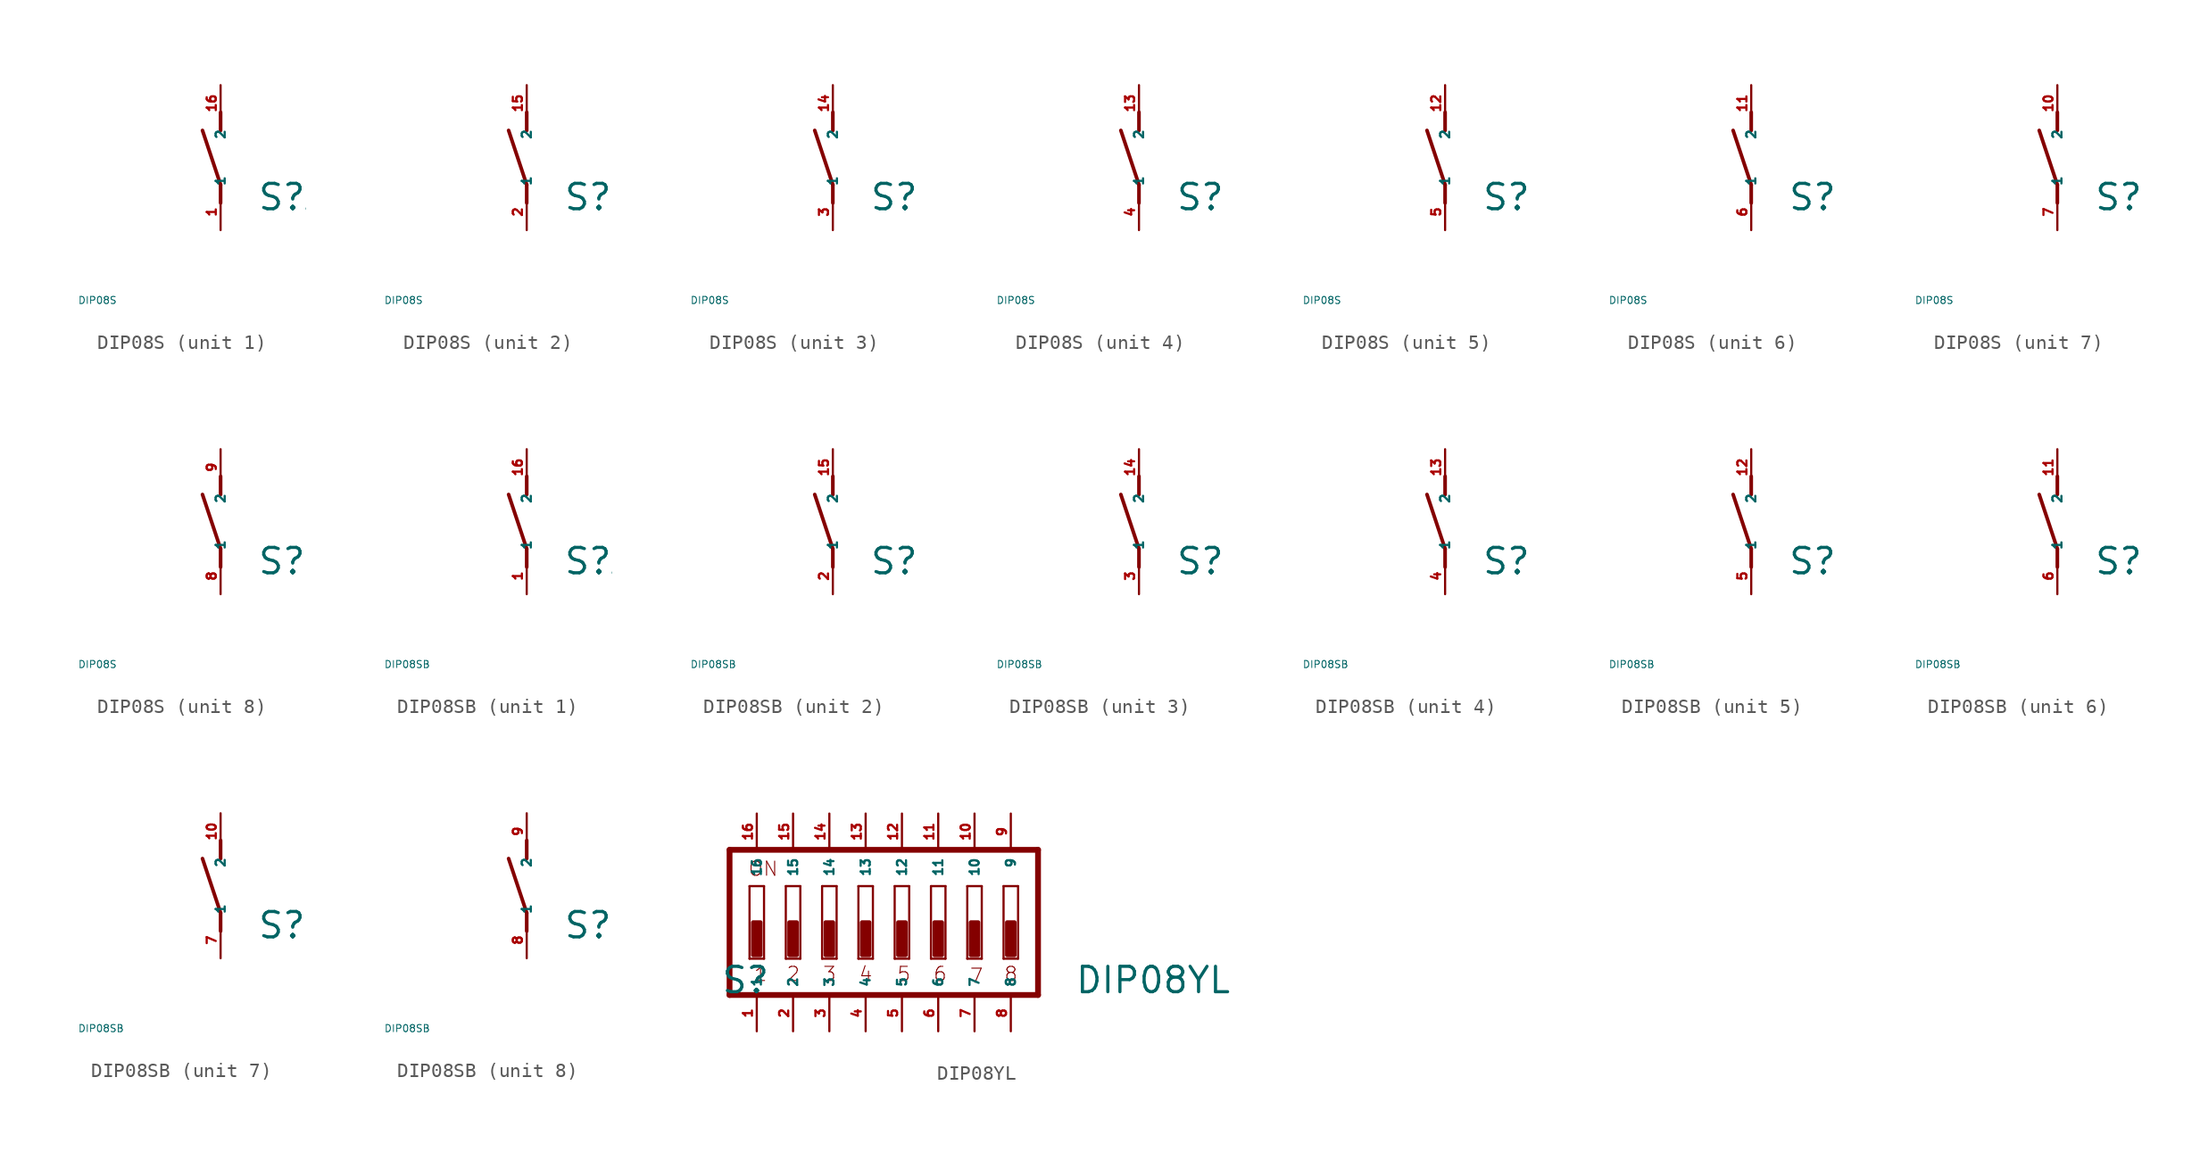
<source format=kicad_sym>
(kicad_symbol_lib
  (version 20220914)
  (generator Eagle2Kicad)
  (symbol "DIP08S"
    (property "Reference" "S"
      (at 2.54 -3.81 0)
      (effects (font (size 1.778 1.778) (thickness 0.22)) (justify left bottom)))
    (property "Value" "DIP08S"
      (at -10 -10 0)
      (effects (font (size 0.5 0.5) (thickness 0.06)) (justify left)))
    (symbol "DIP08S_1_0"
      (polyline (pts (xy 0 -3.175) (xy 0 -1.905)) (stroke (width 0.254) (type default)) (fill (type none)))
      (polyline (pts (xy 0 -1.905) (xy -1.27 1.905)) (stroke (width 0.254) (type default)) (fill (type none)))
      (polyline (pts (xy 0 1.905) (xy 0 3.175)) (stroke (width 0.254) (type default)) (fill (type none)))
      (pin passive line (at 0 -5.08 90) (length 2.54) (name "1" (effects (font (size 0.635 0.635) (thickness 0.08)) (justify left bottom))) (number "1" (effects (font (size 0.635 0.635) (thickness 0.08)) (justify left bottom))))
      (pin passive line (at 0 5.08 270) (length 2.54) (name "2" (effects (font (size 0.635 0.635) (thickness 0.08)) (justify left bottom))) (number "16" (effects (font (size 0.635 0.635) (thickness 0.08)) (justify left bottom)))))
    (symbol "DIP08S_2_0"
      (polyline (pts (xy 0 -3.175) (xy 0 -1.905)) (stroke (width 0.254) (type default)) (fill (type none)))
      (polyline (pts (xy 0 -1.905) (xy -1.27 1.905)) (stroke (width 0.254) (type default)) (fill (type none)))
      (polyline (pts (xy 0 1.905) (xy 0 3.175)) (stroke (width 0.254) (type default)) (fill (type none)))
      (pin passive line (at 0 -5.08 90) (length 2.54) (name "1" (effects (font (size 0.635 0.635) (thickness 0.08)) (justify left bottom))) (number "2" (effects (font (size 0.635 0.635) (thickness 0.08)) (justify left bottom))))
      (pin passive line (at 0 5.08 270) (length 2.54) (name "2" (effects (font (size 0.635 0.635) (thickness 0.08)) (justify left bottom))) (number "15" (effects (font (size 0.635 0.635) (thickness 0.08)) (justify left bottom)))))
    (symbol "DIP08S_3_0"
      (polyline (pts (xy 0 -3.175) (xy 0 -1.905)) (stroke (width 0.254) (type default)) (fill (type none)))
      (polyline (pts (xy 0 -1.905) (xy -1.27 1.905)) (stroke (width 0.254) (type default)) (fill (type none)))
      (polyline (pts (xy 0 1.905) (xy 0 3.175)) (stroke (width 0.254) (type default)) (fill (type none)))
      (pin passive line (at 0 -5.08 90) (length 2.54) (name "1" (effects (font (size 0.635 0.635) (thickness 0.08)) (justify left bottom))) (number "3" (effects (font (size 0.635 0.635) (thickness 0.08)) (justify left bottom))))
      (pin passive line (at 0 5.08 270) (length 2.54) (name "2" (effects (font (size 0.635 0.635) (thickness 0.08)) (justify left bottom))) (number "14" (effects (font (size 0.635 0.635) (thickness 0.08)) (justify left bottom)))))
    (symbol "DIP08S_4_0"
      (polyline (pts (xy 0 -3.175) (xy 0 -1.905)) (stroke (width 0.254) (type default)) (fill (type none)))
      (polyline (pts (xy 0 -1.905) (xy -1.27 1.905)) (stroke (width 0.254) (type default)) (fill (type none)))
      (polyline (pts (xy 0 1.905) (xy 0 3.175)) (stroke (width 0.254) (type default)) (fill (type none)))
      (pin passive line (at 0 -5.08 90) (length 2.54) (name "1" (effects (font (size 0.635 0.635) (thickness 0.08)) (justify left bottom))) (number "4" (effects (font (size 0.635 0.635) (thickness 0.08)) (justify left bottom))))
      (pin passive line (at 0 5.08 270) (length 2.54) (name "2" (effects (font (size 0.635 0.635) (thickness 0.08)) (justify left bottom))) (number "13" (effects (font (size 0.635 0.635) (thickness 0.08)) (justify left bottom)))))
    (symbol "DIP08S_5_0"
      (polyline (pts (xy 0 -3.175) (xy 0 -1.905)) (stroke (width 0.254) (type default)) (fill (type none)))
      (polyline (pts (xy 0 -1.905) (xy -1.27 1.905)) (stroke (width 0.254) (type default)) (fill (type none)))
      (polyline (pts (xy 0 1.905) (xy 0 3.175)) (stroke (width 0.254) (type default)) (fill (type none)))
      (pin passive line (at 0 -5.08 90) (length 2.54) (name "1" (effects (font (size 0.635 0.635) (thickness 0.08)) (justify left bottom))) (number "5" (effects (font (size 0.635 0.635) (thickness 0.08)) (justify left bottom))))
      (pin passive line (at 0 5.08 270) (length 2.54) (name "2" (effects (font (size 0.635 0.635) (thickness 0.08)) (justify left bottom))) (number "12" (effects (font (size 0.635 0.635) (thickness 0.08)) (justify left bottom)))))
    (symbol "DIP08S_6_0"
      (polyline (pts (xy 0 -3.175) (xy 0 -1.905)) (stroke (width 0.254) (type default)) (fill (type none)))
      (polyline (pts (xy 0 -1.905) (xy -1.27 1.905)) (stroke (width 0.254) (type default)) (fill (type none)))
      (polyline (pts (xy 0 1.905) (xy 0 3.175)) (stroke (width 0.254) (type default)) (fill (type none)))
      (pin passive line (at 0 -5.08 90) (length 2.54) (name "1" (effects (font (size 0.635 0.635) (thickness 0.08)) (justify left bottom))) (number "6" (effects (font (size 0.635 0.635) (thickness 0.08)) (justify left bottom))))
      (pin passive line (at 0 5.08 270) (length 2.54) (name "2" (effects (font (size 0.635 0.635) (thickness 0.08)) (justify left bottom))) (number "11" (effects (font (size 0.635 0.635) (thickness 0.08)) (justify left bottom)))))
    (symbol "DIP08S_7_0"
      (polyline (pts (xy 0 -3.175) (xy 0 -1.905)) (stroke (width 0.254) (type default)) (fill (type none)))
      (polyline (pts (xy 0 -1.905) (xy -1.27 1.905)) (stroke (width 0.254) (type default)) (fill (type none)))
      (polyline (pts (xy 0 1.905) (xy 0 3.175)) (stroke (width 0.254) (type default)) (fill (type none)))
      (pin passive line (at 0 -5.08 90) (length 2.54) (name "1" (effects (font (size 0.635 0.635) (thickness 0.08)) (justify left bottom))) (number "7" (effects (font (size 0.635 0.635) (thickness 0.08)) (justify left bottom))))
      (pin passive line (at 0 5.08 270) (length 2.54) (name "2" (effects (font (size 0.635 0.635) (thickness 0.08)) (justify left bottom))) (number "10" (effects (font (size 0.635 0.635) (thickness 0.08)) (justify left bottom)))))
    (symbol "DIP08S_8_0"
      (polyline (pts (xy 0 -3.175) (xy 0 -1.905)) (stroke (width 0.254) (type default)) (fill (type none)))
      (polyline (pts (xy 0 -1.905) (xy -1.27 1.905)) (stroke (width 0.254) (type default)) (fill (type none)))
      (polyline (pts (xy 0 1.905) (xy 0 3.175)) (stroke (width 0.254) (type default)) (fill (type none)))
      (pin passive line (at 0 -5.08 90) (length 2.54) (name "1" (effects (font (size 0.635 0.635) (thickness 0.08)) (justify left bottom))) (number "8" (effects (font (size 0.635 0.635) (thickness 0.08)) (justify left bottom))))
      (pin passive line (at 0 5.08 270) (length 2.54) (name "2" (effects (font (size 0.635 0.635) (thickness 0.08)) (justify left bottom))) (number "9" (effects (font (size 0.635 0.635) (thickness 0.08)) (justify left bottom))))))
  (symbol "DIP08SB"
    (property "Reference" "S"
      (at 2.54 -3.81 0)
      (effects (font (size 1.778 1.778) (thickness 0.22)) (justify left bottom)))
    (property "Value" "DIP08SB"
      (at -10 -10 0)
      (effects (font (size 0.5 0.5) (thickness 0.06)) (justify left)))
    (symbol "DIP08SB_1_0"
      (polyline (pts (xy 0 -3.175) (xy 0 -1.905)) (stroke (width 0.254) (type default)) (fill (type none)))
      (polyline (pts (xy 0 -1.905) (xy -1.27 1.905)) (stroke (width 0.254) (type default)) (fill (type none)))
      (polyline (pts (xy 0 1.905) (xy 0 3.175)) (stroke (width 0.254) (type default)) (fill (type none)))
      (pin passive line (at 0 -5.08 90) (length 2.54) (name "1" (effects (font (size 0.635 0.635) (thickness 0.08)) (justify left bottom))) (number "1" (effects (font (size 0.635 0.635) (thickness 0.08)) (justify left bottom))))
      (pin passive line (at 0 5.08 270) (length 2.54) (name "2" (effects (font (size 0.635 0.635) (thickness 0.08)) (justify left bottom))) (number "16" (effects (font (size 0.635 0.635) (thickness 0.08)) (justify left bottom)))))
    (symbol "DIP08SB_2_0"
      (polyline (pts (xy 0 -3.175) (xy 0 -1.905)) (stroke (width 0.254) (type default)) (fill (type none)))
      (polyline (pts (xy 0 -1.905) (xy -1.27 1.905)) (stroke (width 0.254) (type default)) (fill (type none)))
      (polyline (pts (xy 0 1.905) (xy 0 3.175)) (stroke (width 0.254) (type default)) (fill (type none)))
      (pin passive line (at 0 -5.08 90) (length 2.54) (name "1" (effects (font (size 0.635 0.635) (thickness 0.08)) (justify left bottom))) (number "2" (effects (font (size 0.635 0.635) (thickness 0.08)) (justify left bottom))))
      (pin passive line (at 0 5.08 270) (length 2.54) (name "2" (effects (font (size 0.635 0.635) (thickness 0.08)) (justify left bottom))) (number "15" (effects (font (size 0.635 0.635) (thickness 0.08)) (justify left bottom)))))
    (symbol "DIP08SB_3_0"
      (polyline (pts (xy 0 -3.175) (xy 0 -1.905)) (stroke (width 0.254) (type default)) (fill (type none)))
      (polyline (pts (xy 0 -1.905) (xy -1.27 1.905)) (stroke (width 0.254) (type default)) (fill (type none)))
      (polyline (pts (xy 0 1.905) (xy 0 3.175)) (stroke (width 0.254) (type default)) (fill (type none)))
      (pin passive line (at 0 -5.08 90) (length 2.54) (name "1" (effects (font (size 0.635 0.635) (thickness 0.08)) (justify left bottom))) (number "3" (effects (font (size 0.635 0.635) (thickness 0.08)) (justify left bottom))))
      (pin passive line (at 0 5.08 270) (length 2.54) (name "2" (effects (font (size 0.635 0.635) (thickness 0.08)) (justify left bottom))) (number "14" (effects (font (size 0.635 0.635) (thickness 0.08)) (justify left bottom)))))
    (symbol "DIP08SB_4_0"
      (polyline (pts (xy 0 -3.175) (xy 0 -1.905)) (stroke (width 0.254) (type default)) (fill (type none)))
      (polyline (pts (xy 0 -1.905) (xy -1.27 1.905)) (stroke (width 0.254) (type default)) (fill (type none)))
      (polyline (pts (xy 0 1.905) (xy 0 3.175)) (stroke (width 0.254) (type default)) (fill (type none)))
      (pin passive line (at 0 -5.08 90) (length 2.54) (name "1" (effects (font (size 0.635 0.635) (thickness 0.08)) (justify left bottom))) (number "4" (effects (font (size 0.635 0.635) (thickness 0.08)) (justify left bottom))))
      (pin passive line (at 0 5.08 270) (length 2.54) (name "2" (effects (font (size 0.635 0.635) (thickness 0.08)) (justify left bottom))) (number "13" (effects (font (size 0.635 0.635) (thickness 0.08)) (justify left bottom)))))
    (symbol "DIP08SB_5_0"
      (polyline (pts (xy 0 -3.175) (xy 0 -1.905)) (stroke (width 0.254) (type default)) (fill (type none)))
      (polyline (pts (xy 0 -1.905) (xy -1.27 1.905)) (stroke (width 0.254) (type default)) (fill (type none)))
      (polyline (pts (xy 0 1.905) (xy 0 3.175)) (stroke (width 0.254) (type default)) (fill (type none)))
      (pin passive line (at 0 -5.08 90) (length 2.54) (name "1" (effects (font (size 0.635 0.635) (thickness 0.08)) (justify left bottom))) (number "5" (effects (font (size 0.635 0.635) (thickness 0.08)) (justify left bottom))))
      (pin passive line (at 0 5.08 270) (length 2.54) (name "2" (effects (font (size 0.635 0.635) (thickness 0.08)) (justify left bottom))) (number "12" (effects (font (size 0.635 0.635) (thickness 0.08)) (justify left bottom)))))
    (symbol "DIP08SB_6_0"
      (polyline (pts (xy 0 -3.175) (xy 0 -1.905)) (stroke (width 0.254) (type default)) (fill (type none)))
      (polyline (pts (xy 0 -1.905) (xy -1.27 1.905)) (stroke (width 0.254) (type default)) (fill (type none)))
      (polyline (pts (xy 0 1.905) (xy 0 3.175)) (stroke (width 0.254) (type default)) (fill (type none)))
      (pin passive line (at 0 -5.08 90) (length 2.54) (name "1" (effects (font (size 0.635 0.635) (thickness 0.08)) (justify left bottom))) (number "6" (effects (font (size 0.635 0.635) (thickness 0.08)) (justify left bottom))))
      (pin passive line (at 0 5.08 270) (length 2.54) (name "2" (effects (font (size 0.635 0.635) (thickness 0.08)) (justify left bottom))) (number "11" (effects (font (size 0.635 0.635) (thickness 0.08)) (justify left bottom)))))
    (symbol "DIP08SB_7_0"
      (polyline (pts (xy 0 -3.175) (xy 0 -1.905)) (stroke (width 0.254) (type default)) (fill (type none)))
      (polyline (pts (xy 0 -1.905) (xy -1.27 1.905)) (stroke (width 0.254) (type default)) (fill (type none)))
      (polyline (pts (xy 0 1.905) (xy 0 3.175)) (stroke (width 0.254) (type default)) (fill (type none)))
      (pin passive line (at 0 -5.08 90) (length 2.54) (name "1" (effects (font (size 0.635 0.635) (thickness 0.08)) (justify left bottom))) (number "7" (effects (font (size 0.635 0.635) (thickness 0.08)) (justify left bottom))))
      (pin passive line (at 0 5.08 270) (length 2.54) (name "2" (effects (font (size 0.635 0.635) (thickness 0.08)) (justify left bottom))) (number "10" (effects (font (size 0.635 0.635) (thickness 0.08)) (justify left bottom)))))
    (symbol "DIP08SB_8_0"
      (polyline (pts (xy 0 -3.175) (xy 0 -1.905)) (stroke (width 0.254) (type default)) (fill (type none)))
      (polyline (pts (xy 0 -1.905) (xy -1.27 1.905)) (stroke (width 0.254) (type default)) (fill (type none)))
      (polyline (pts (xy 0 1.905) (xy 0 3.175)) (stroke (width 0.254) (type default)) (fill (type none)))
      (pin passive line (at 0 -5.08 90) (length 2.54) (name "1" (effects (font (size 0.635 0.635) (thickness 0.08)) (justify left bottom))) (number "8" (effects (font (size 0.635 0.635) (thickness 0.08)) (justify left bottom))))
      (pin passive line (at 0 5.08 270) (length 2.54) (name "2" (effects (font (size 0.635 0.635) (thickness 0.08)) (justify left bottom))) (number "9" (effects (font (size 0.635 0.635) (thickness 0.08)) (justify left bottom))))))
  (symbol "DIP08YL"
    (property "Reference" "S"
      (at -12.7 -5.08 0)
      (effects (font (size 1.778 1.778) (thickness 0.22)) (justify left bottom)))
    (property "Value" "DIP08YL"
      (at 12.065 -5.08 0)
      (effects (font (size 1.778 1.778) (thickness 0.22)) (justify left bottom)))
    (polyline
      (pts (xy 8.128 -2.54) (xy 7.112 -2.54))
      (stroke (width 0.152) (type default))
      (fill (type none)))
    (polyline
      (pts (xy 7.112 2.54) (xy 8.128 2.54))
      (stroke (width 0.152) (type default))
      (fill (type none)))
    (polyline
      (pts (xy 8.128 2.54) (xy 8.128 -2.54))
      (stroke (width 0.152) (type default))
      (fill (type none)))
    (polyline
      (pts (xy 7.112 -2.54) (xy 7.112 2.54))
      (stroke (width 0.152) (type default))
      (fill (type none)))
    (polyline
      (pts (xy 5.588 -2.54) (xy 4.572 -2.54))
      (stroke (width 0.152) (type default))
      (fill (type none)))
    (polyline
      (pts (xy 4.572 2.54) (xy 5.588 2.54))
      (stroke (width 0.152) (type default))
      (fill (type none)))
    (polyline
      (pts (xy 5.588 2.54) (xy 5.588 -2.54))
      (stroke (width 0.152) (type default))
      (fill (type none)))
    (polyline
      (pts (xy 4.572 -2.54) (xy 4.572 2.54))
      (stroke (width 0.152) (type default))
      (fill (type none)))
    (polyline
      (pts (xy 3.048 -2.54) (xy 2.032 -2.54))
      (stroke (width 0.152) (type default))
      (fill (type none)))
    (polyline
      (pts (xy 2.032 2.54) (xy 3.048 2.54))
      (stroke (width 0.152) (type default))
      (fill (type none)))
    (polyline
      (pts (xy 3.048 2.54) (xy 3.048 -2.54))
      (stroke (width 0.152) (type default))
      (fill (type none)))
    (polyline
      (pts (xy 2.032 -2.54) (xy 2.032 2.54))
      (stroke (width 0.152) (type default))
      (fill (type none)))
    (polyline
      (pts (xy 0.508 -2.54) (xy -0.508 -2.54))
      (stroke (width 0.152) (type default))
      (fill (type none)))
    (polyline
      (pts (xy -0.508 2.54) (xy 0.508 2.54))
      (stroke (width 0.152) (type default))
      (fill (type none)))
    (polyline
      (pts (xy 0.508 2.54) (xy 0.508 -2.54))
      (stroke (width 0.152) (type default))
      (fill (type none)))
    (polyline
      (pts (xy -0.508 -2.54) (xy -0.508 2.54))
      (stroke (width 0.152) (type default))
      (fill (type none)))
    (polyline
      (pts (xy -2.032 -2.54) (xy -3.048 -2.54))
      (stroke (width 0.152) (type default))
      (fill (type none)))
    (polyline
      (pts (xy -3.048 2.54) (xy -2.032 2.54))
      (stroke (width 0.152) (type default))
      (fill (type none)))
    (polyline
      (pts (xy -2.032 2.54) (xy -2.032 -2.54))
      (stroke (width 0.152) (type default))
      (fill (type none)))
    (polyline
      (pts (xy -3.048 -2.54) (xy -3.048 2.54))
      (stroke (width 0.152) (type default))
      (fill (type none)))
    (polyline
      (pts (xy -4.572 -2.54) (xy -5.588 -2.54))
      (stroke (width 0.152) (type default))
      (fill (type none)))
    (polyline
      (pts (xy -5.588 2.54) (xy -4.572 2.54))
      (stroke (width 0.152) (type default))
      (fill (type none)))
    (polyline
      (pts (xy -4.572 2.54) (xy -4.572 -2.54))
      (stroke (width 0.152) (type default))
      (fill (type none)))
    (polyline
      (pts (xy -5.588 -2.54) (xy -5.588 2.54))
      (stroke (width 0.152) (type default))
      (fill (type none)))
    (polyline
      (pts (xy -7.112 -2.54) (xy -8.128 -2.54))
      (stroke (width 0.152) (type default))
      (fill (type none)))
    (polyline
      (pts (xy -8.128 2.54) (xy -7.112 2.54))
      (stroke (width 0.152) (type default))
      (fill (type none)))
    (polyline
      (pts (xy -7.112 2.54) (xy -7.112 -2.54))
      (stroke (width 0.152) (type default))
      (fill (type none)))
    (polyline
      (pts (xy -8.128 -2.54) (xy -8.128 2.54))
      (stroke (width 0.152) (type default))
      (fill (type none)))
    (polyline
      (pts (xy -9.652 -2.54) (xy -10.668 -2.54))
      (stroke (width 0.152) (type default))
      (fill (type none)))
    (polyline
      (pts (xy -10.668 2.54) (xy -9.652 2.54))
      (stroke (width 0.152) (type default))
      (fill (type none)))
    (polyline
      (pts (xy -9.652 2.54) (xy -9.652 -2.54))
      (stroke (width 0.152) (type default))
      (fill (type none)))
    (polyline
      (pts (xy -10.668 -2.54) (xy -10.668 2.54))
      (stroke (width 0.152) (type default))
      (fill (type none)))
    (polyline
      (pts (xy 9.525 5.08) (xy -12.065 5.08))
      (stroke (width 0.406) (type default))
      (fill (type none)))
    (polyline
      (pts (xy -12.065 5.08) (xy -12.065 -5.08))
      (stroke (width 0.406) (type default))
      (fill (type none)))
    (polyline
      (pts (xy -12.065 -5.08) (xy 9.525 -5.08))
      (stroke (width 0.406) (type default))
      (fill (type none)))
    (polyline
      (pts (xy 9.525 -5.08) (xy 9.525 5.08))
      (stroke (width 0.406) (type default))
      (fill (type none)))
    (text "ON"
      (at -10.795 3.175 0)
      (effects (font (size 0.991 0.991) (thickness 0.07)) (justify left bottom)))
    (text "1"
      (at -10.414 -4.191 0)
      (effects (font (size 0.991 0.991) (thickness 0.07)) (justify left bottom)))
    (text "2"
      (at -8.128 -4.191 0)
      (effects (font (size 0.991 0.991) (thickness 0.07)) (justify left bottom)))
    (text "3"
      (at -5.588 -4.191 0)
      (effects (font (size 0.991 0.991) (thickness 0.07)) (justify left bottom)))
    (text "4"
      (at -3.048 -4.191 0)
      (effects (font (size 0.991 0.991) (thickness 0.07)) (justify left bottom)))
    (text "5"
      (at -0.381 -4.191 0)
      (effects (font (size 0.991 0.991) (thickness 0.07)) (justify left bottom)))
    (text "6"
      (at 2.159 -4.191 0)
      (effects (font (size 0.991 0.991) (thickness 0.07)) (justify left bottom)))
    (text "7"
      (at 4.699 -4.318 0)
      (effects (font (size 0.991 0.991) (thickness 0.07)) (justify left bottom)))
    (text "8"
      (at 7.112 -4.191 0)
      (effects (font (size 0.991 0.991) (thickness 0.07)) (justify left bottom)))
    (rectangle
      (start -10.414 -2.286)
      (end -9.906 0)
      (stroke (width 0.3) (type default))
      (fill (type outline)))
    (rectangle
      (start -7.874 -2.286)
      (end -7.366 0)
      (stroke (width 0.3) (type default))
      (fill (type outline)))
    (rectangle
      (start -5.334 -2.286)
      (end -4.826 0)
      (stroke (width 0.3) (type default))
      (fill (type outline)))
    (rectangle
      (start -2.794 -2.286)
      (end -2.286 0)
      (stroke (width 0.3) (type default))
      (fill (type outline)))
    (rectangle
      (start -0.254 -2.286)
      (end 0.254 0)
      (stroke (width 0.3) (type default))
      (fill (type outline)))
    (rectangle
      (start 2.286 -2.286)
      (end 2.794 0)
      (stroke (width 0.3) (type default))
      (fill (type outline)))
    (rectangle
      (start 4.826 -2.286)
      (end 5.334 0)
      (stroke (width 0.3) (type default))
      (fill (type outline)))
    (rectangle
      (start 7.366 -2.286)
      (end 7.874 0)
      (stroke (width 0.3) (type default))
      (fill (type outline)))
    (pin passive line
      (at 7.62 7.62 270)
      (length 2.54)
      (name "9" (effects (font (size 0.635 0.635) (thickness 0.08)) (justify left bottom)))
      (number "9" (effects (font (size 0.635 0.635) (thickness 0.08)) (justify left bottom))))
    (pin passive line
      (at 5.08 7.62 270)
      (length 2.54)
      (name "10" (effects (font (size 0.635 0.635) (thickness 0.08)) (justify left bottom)))
      (number "10" (effects (font (size 0.635 0.635) (thickness 0.08)) (justify left bottom))))
    (pin passive line
      (at 2.54 7.62 270)
      (length 2.54)
      (name "11" (effects (font (size 0.635 0.635) (thickness 0.08)) (justify left bottom)))
      (number "11" (effects (font (size 0.635 0.635) (thickness 0.08)) (justify left bottom))))
    (pin passive line
      (at 0 7.62 270)
      (length 2.54)
      (name "12" (effects (font (size 0.635 0.635) (thickness 0.08)) (justify left bottom)))
      (number "12" (effects (font (size 0.635 0.635) (thickness 0.08)) (justify left bottom))))
    (pin passive line
      (at -2.54 7.62 270)
      (length 2.54)
      (name "13" (effects (font (size 0.635 0.635) (thickness 0.08)) (justify left bottom)))
      (number "13" (effects (font (size 0.635 0.635) (thickness 0.08)) (justify left bottom))))
    (pin passive line
      (at -5.08 7.62 270)
      (length 2.54)
      (name "14" (effects (font (size 0.635 0.635) (thickness 0.08)) (justify left bottom)))
      (number "14" (effects (font (size 0.635 0.635) (thickness 0.08)) (justify left bottom))))
    (pin passive line
      (at -7.62 7.62 270)
      (length 2.54)
      (name "15" (effects (font (size 0.635 0.635) (thickness 0.08)) (justify left bottom)))
      (number "15" (effects (font (size 0.635 0.635) (thickness 0.08)) (justify left bottom))))
    (pin passive line
      (at -10.16 7.62 270)
      (length 2.54)
      (name "16" (effects (font (size 0.635 0.635) (thickness 0.08)) (justify left bottom)))
      (number "16" (effects (font (size 0.635 0.635) (thickness 0.08)) (justify left bottom))))
    (pin passive line
      (at -10.16 -7.62 90)
      (length 2.54)
      (name "1" (effects (font (size 0.635 0.635) (thickness 0.08)) (justify left bottom)))
      (number "1" (effects (font (size 0.635 0.635) (thickness 0.08)) (justify left bottom))))
    (pin passive line
      (at -7.62 -7.62 90)
      (length 2.54)
      (name "2" (effects (font (size 0.635 0.635) (thickness 0.08)) (justify left bottom)))
      (number "2" (effects (font (size 0.635 0.635) (thickness 0.08)) (justify left bottom))))
    (pin passive line
      (at -5.08 -7.62 90)
      (length 2.54)
      (name "3" (effects (font (size 0.635 0.635) (thickness 0.08)) (justify left bottom)))
      (number "3" (effects (font (size 0.635 0.635) (thickness 0.08)) (justify left bottom))))
    (pin passive line
      (at -2.54 -7.62 90)
      (length 2.54)
      (name "4" (effects (font (size 0.635 0.635) (thickness 0.08)) (justify left bottom)))
      (number "4" (effects (font (size 0.635 0.635) (thickness 0.08)) (justify left bottom))))
    (pin passive line
      (at 0 -7.62 90)
      (length 2.54)
      (name "5" (effects (font (size 0.635 0.635) (thickness 0.08)) (justify left bottom)))
      (number "5" (effects (font (size 0.635 0.635) (thickness 0.08)) (justify left bottom))))
    (pin passive line
      (at 2.54 -7.62 90)
      (length 2.54)
      (name "6" (effects (font (size 0.635 0.635) (thickness 0.08)) (justify left bottom)))
      (number "6" (effects (font (size 0.635 0.635) (thickness 0.08)) (justify left bottom))))
    (pin passive line
      (at 5.08 -7.62 90)
      (length 2.54)
      (name "7" (effects (font (size 0.635 0.635) (thickness 0.08)) (justify left bottom)))
      (number "7" (effects (font (size 0.635 0.635) (thickness 0.08)) (justify left bottom))))
    (pin passive line
      (at 7.62 -7.62 90)
      (length 2.54)
      (name "8" (effects (font (size 0.635 0.635) (thickness 0.08)) (justify left bottom)))
      (number "8" (effects (font (size 0.635 0.635) (thickness 0.08)) (justify left bottom))))))
</source>
